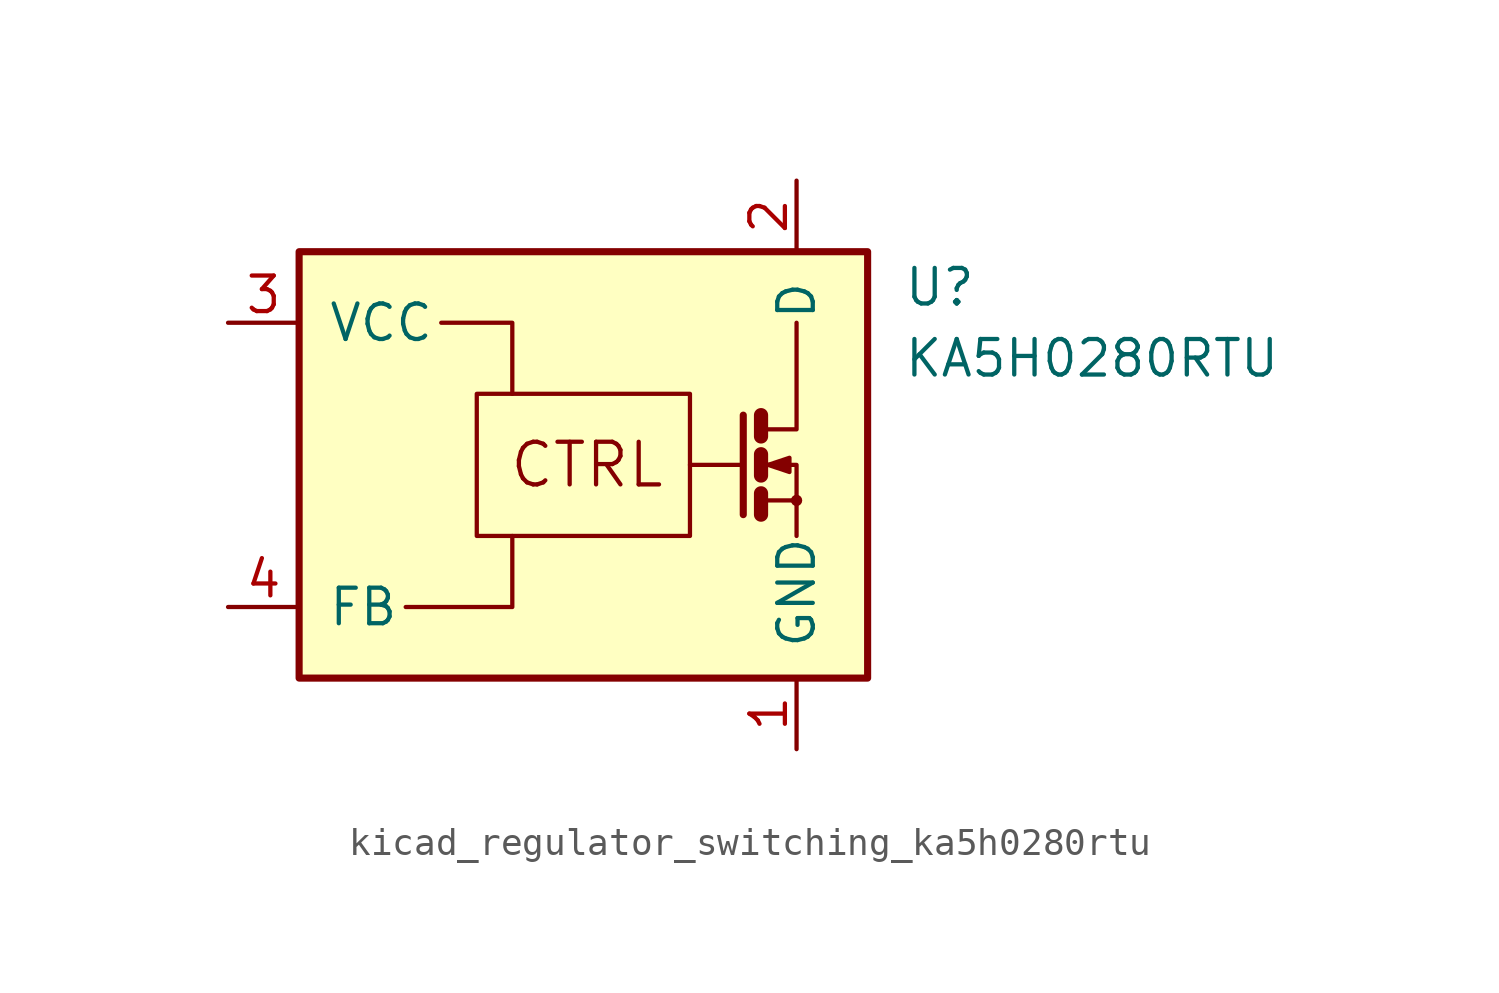
<source format=kicad_sym>
(kicad_symbol_lib
  (version 20220914)
  (generator kicad_symbol_editor)
  (symbol "kicad_regulator_switching_ka5h0280rtu"
    (pin_names
      (offset 1.016))
    (property "Reference" "U"
      (at 11.43 6.35 0)
      (effects (font (size 1.27 1.27)) (justify left)))
    (property "Value" "KA5H0280RTU"
      (at 11.43 3.81 0)
      (effects (font (size 1.27 1.27)) (justify left)))
    (symbol "kicad_regulator_switching_ka5h0280rtu_0_0"
      (rectangle (start -10.16 7.62) (end 10.16 -7.62) (stroke (width 0.254) (type default)) (fill (type background)))
      (rectangle (start -3.81 2.54) (end 3.81 -2.54) (stroke (width 0) (type default)) (fill (type none)))
      (polyline (pts (xy 3.81 0) (xy 5.715 0)) (stroke (width 0) (type default)) (fill (type none)))
      (polyline (pts (xy 5.715 1.778) (xy 5.715 -1.778)) (stroke (width 0.254) (type default)) (fill (type none)))
      (polyline (pts (xy 6.35 -1.27) (xy 7.62 -1.27)) (stroke (width 0) (type default)) (fill (type none)))
      (polyline (pts (xy 6.35 -1.016) (xy 6.35 -1.778)) (stroke (width 0.508) (type default)) (fill (type none)))
      (polyline (pts (xy 6.35 0.381) (xy 6.35 -0.381)) (stroke (width 0.508) (type default)) (fill (type none)))
      (polyline (pts (xy 6.35 1.778) (xy 6.35 1.016)) (stroke (width 0.508) (type default)) (fill (type none)))
      (polyline (pts (xy -6.35 -5.08) (xy -2.54 -5.08) (xy -2.54 -2.54)) (stroke (width 0) (type default)) (fill (type none)))
      (polyline (pts (xy -5.08 5.08) (xy -2.54 5.08) (xy -2.54 2.54)) (stroke (width 0) (type default)) (fill (type none)))
      (polyline (pts (xy 6.35 1.27) (xy 7.62 1.27) (xy 7.62 5.08)) (stroke (width 0) (type default)) (fill (type none)))
      (polyline (pts (xy 7.62 -2.54) (xy 7.62 0) (xy 6.35 0)) (stroke (width 0) (type default)) (fill (type none)))
      (polyline (pts (xy 6.604 0) (xy 7.366 0.254) (xy 7.366 -0.254) (xy 6.604 0)) (stroke (width 0) (type default)) (fill (type outline)))
      (circle (center 7.62 -1.27) (radius 0.127) (stroke (width 0) (type default)) (fill (type none)))
      (text "CTRL" (at 0.127 0 0) (effects (font (size 1.524 1.524)))))
    (symbol "kicad_regulator_switching_ka5h0280rtu_1_1"
      (pin power_in line (at 7.62 -10.16 90) (length 2.54) (name "GND" (effects (font (size 1.27 1.27)))) (number "1" (effects (font (size 1.27 1.27)))))
      (pin passive line (at 7.62 10.16 270) (length 2.54) (name "D" (effects (font (size 1.27 1.27)))) (number "2" (effects (font (size 1.27 1.27)))))
      (pin power_in line (at -12.7 5.08 0) (length 2.54) (name "VCC" (effects (font (size 1.27 1.27)))) (number "3" (effects (font (size 1.27 1.27)))))
      (pin passive line (at -12.7 -5.08 0) (length 2.54) (name "FB" (effects (font (size 1.27 1.27)))) (number "4" (effects (font (size 1.27 1.27))))))))
</source>
